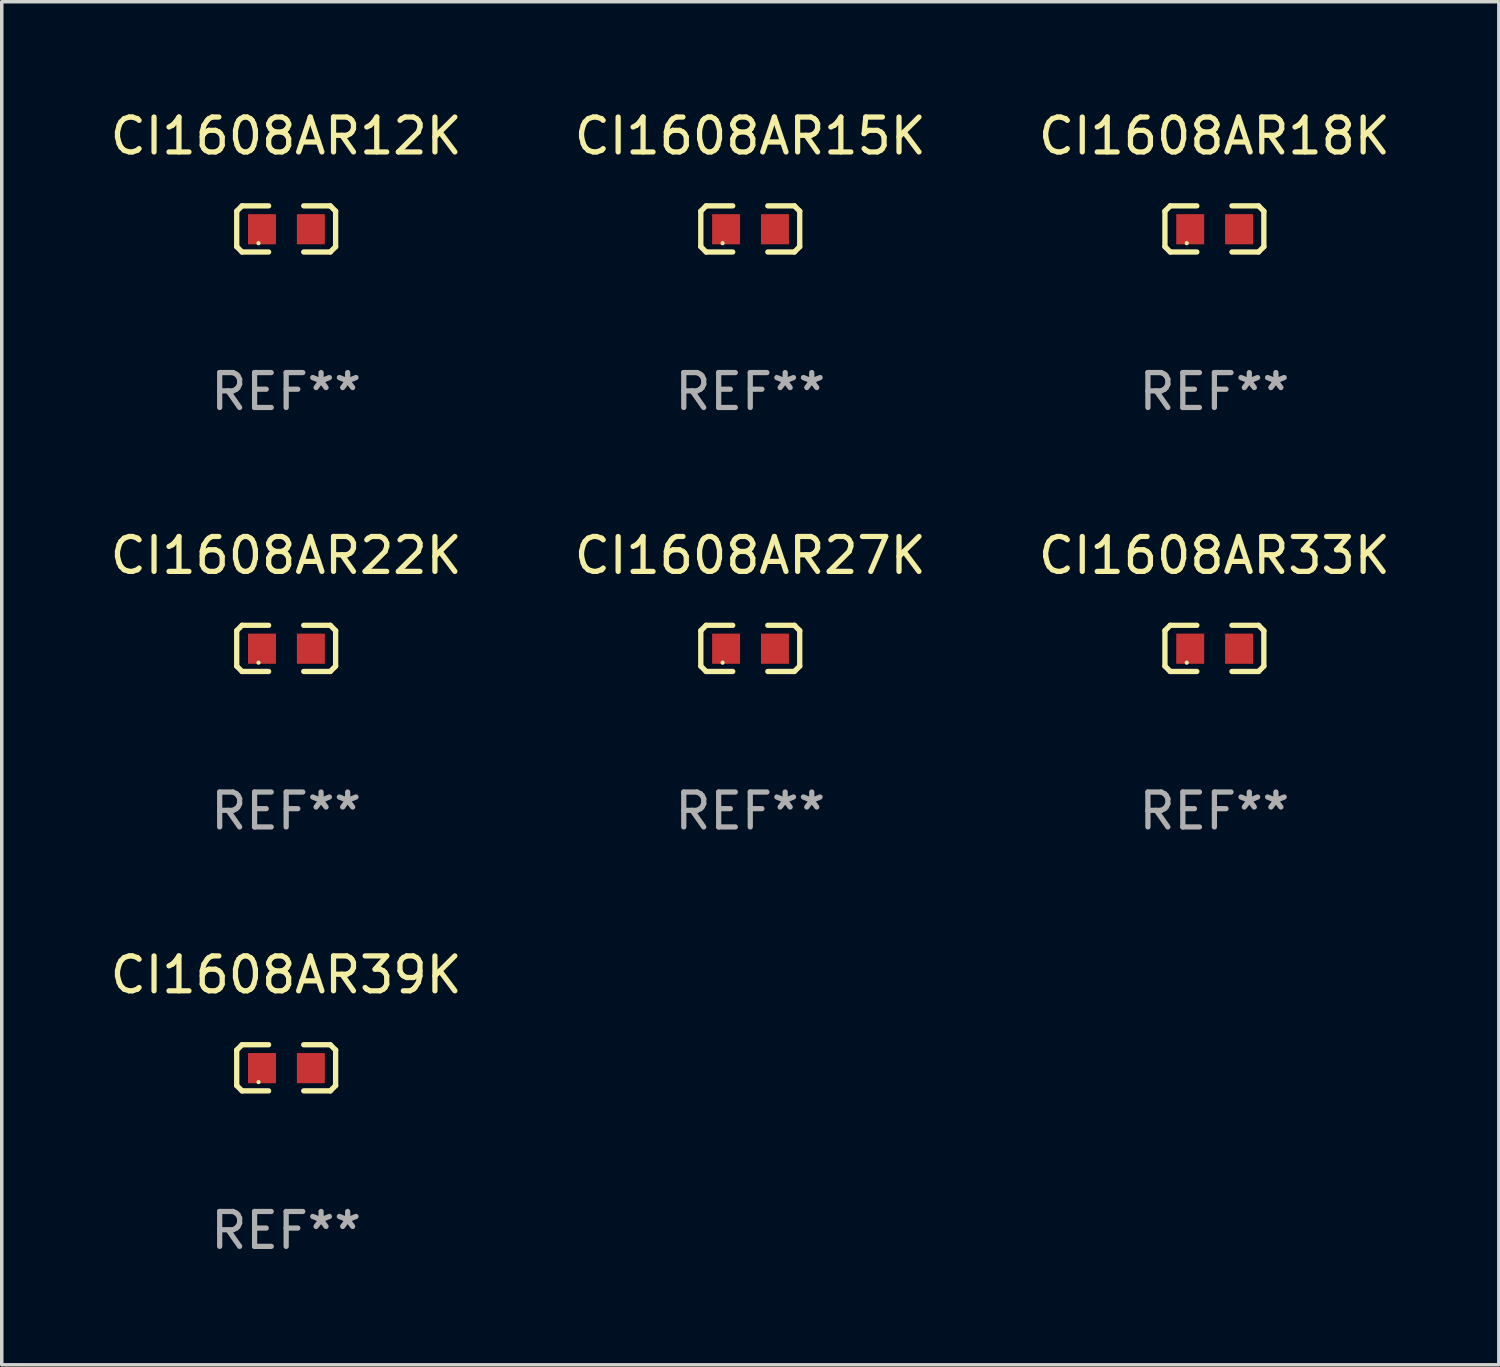
<source format=kicad_pcb>
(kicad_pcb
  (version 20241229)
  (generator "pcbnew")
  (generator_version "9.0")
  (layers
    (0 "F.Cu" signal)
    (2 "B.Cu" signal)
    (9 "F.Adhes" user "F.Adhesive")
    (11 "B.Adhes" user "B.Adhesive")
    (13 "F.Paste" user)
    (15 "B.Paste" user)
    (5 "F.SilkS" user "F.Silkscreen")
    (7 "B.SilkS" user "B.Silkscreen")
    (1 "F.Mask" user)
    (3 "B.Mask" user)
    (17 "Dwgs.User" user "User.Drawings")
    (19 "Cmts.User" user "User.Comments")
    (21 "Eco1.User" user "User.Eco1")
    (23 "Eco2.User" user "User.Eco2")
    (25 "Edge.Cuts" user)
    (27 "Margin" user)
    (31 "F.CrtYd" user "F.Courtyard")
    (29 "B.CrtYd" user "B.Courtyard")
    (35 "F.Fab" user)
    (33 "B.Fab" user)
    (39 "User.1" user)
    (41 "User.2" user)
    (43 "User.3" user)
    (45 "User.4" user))
  (footprint "CI1608AR18K"
    (layer "F.Cu")
    (at 31.744 3.509)
    (property "Reference" "CI1608AR18K" (at 0 -2.661 0) (layer "F.SilkS") (effects (font (size 1 1) (thickness 0.15))))
    (attr through_hole)
    (fp_line (start -1.417 -0.508) (end -1.265 -0.661) (stroke (width 0.152) (type solid)) (layer "F.SilkS"))
    (fp_line (start -1.417 0.508) (end -1.417 -0.508) (stroke (width 0.152) (type solid)) (layer "F.SilkS"))
    (fp_line (start -1.265 -0.661) (end -0.503 -0.661) (stroke (width 0.152) (type solid)) (layer "F.SilkS"))
    (fp_line (start -1.265 0.661) (end -1.417 0.508) (stroke (width 0.152) (type solid)) (layer "F.SilkS"))
    (fp_line (start -1.265 0.661) (end -0.503 0.661) (stroke (width 0.152) (type solid)) (layer "F.SilkS"))
    (fp_line (start 1.265 -0.661) (end 0.503 -0.661) (stroke (width 0.152) (type solid)) (layer "F.SilkS"))
    (fp_line (start 1.265 -0.661) (end 1.417 -0.508) (stroke (width 0.152) (type solid)) (layer "F.SilkS"))
    (fp_line (start 1.265 0.661) (end 0.503 0.661) (stroke (width 0.152) (type solid)) (layer "F.SilkS"))
    (fp_line (start 1.417 -0.508) (end 1.417 0.508) (stroke (width 0.152) (type solid)) (layer "F.SilkS"))
    (fp_line (start 1.417 0.508) (end 1.265 0.661) (stroke (width 0.152) (type solid)) (layer "F.SilkS"))
    (fp_circle (center -0.793 0.409) (end -0.763 0.409) (stroke (width 0.06) (type solid)) (fill no) (layer "F.SilkS"))
    (fp_text user "REF**" (at 0 4.661 0) (layer "F.Fab") (effects (font (size 1 1) (thickness 0.15))))
    (pad "1" smd rect (at -0.693 0.009 180) (size 0.8 0.864) (layers "F.Cu" "F.Mask" "F.Paste"))
    (pad "2" smd rect (at 0.707 0.009 180) (size 0.8 0.864) (layers "F.Cu" "F.Mask" "F.Paste")))
  (footprint "CI1608AR12K"
    (layer "F.Cu")
    (at 5.149 3.509)
    (property "Reference" "CI1608AR12K" (at 0 -2.661 0) (layer "F.SilkS") (effects (font (size 1 1) (thickness 0.15))))
    (attr through_hole)
    (fp_line (start -1.417 -0.508) (end -1.265 -0.661) (stroke (width 0.152) (type solid)) (layer "F.SilkS"))
    (fp_line (start -1.417 0.508) (end -1.417 -0.508) (stroke (width 0.152) (type solid)) (layer "F.SilkS"))
    (fp_line (start -1.265 -0.661) (end -0.503 -0.661) (stroke (width 0.152) (type solid)) (layer "F.SilkS"))
    (fp_line (start -1.265 0.661) (end -1.417 0.508) (stroke (width 0.152) (type solid)) (layer "F.SilkS"))
    (fp_line (start -1.265 0.661) (end -0.503 0.661) (stroke (width 0.152) (type solid)) (layer "F.SilkS"))
    (fp_line (start 1.265 -0.661) (end 0.503 -0.661) (stroke (width 0.152) (type solid)) (layer "F.SilkS"))
    (fp_line (start 1.265 -0.661) (end 1.417 -0.508) (stroke (width 0.152) (type solid)) (layer "F.SilkS"))
    (fp_line (start 1.265 0.661) (end 0.503 0.661) (stroke (width 0.152) (type solid)) (layer "F.SilkS"))
    (fp_line (start 1.417 -0.508) (end 1.417 0.508) (stroke (width 0.152) (type solid)) (layer "F.SilkS"))
    (fp_line (start 1.417 0.508) (end 1.265 0.661) (stroke (width 0.152) (type solid)) (layer "F.SilkS"))
    (fp_circle (center -0.793 0.409) (end -0.763 0.409) (stroke (width 0.06) (type solid)) (fill no) (layer "F.SilkS"))
    (fp_text user "REF**" (at 0 4.661 0) (layer "F.Fab") (effects (font (size 1 1) (thickness 0.15))))
    (pad "1" smd rect (at -0.693 0.009 180) (size 0.8 0.864) (layers "F.Cu" "F.Mask" "F.Paste"))
    (pad "2" smd rect (at 0.707 0.009 180) (size 0.8 0.864) (layers "F.Cu" "F.Mask" "F.Paste")))
  (footprint "CI1608AR22K"
    (layer "F.Cu")
    (at 5.149 15.527)
    (property "Reference" "CI1608AR22K" (at 0 -2.661 0) (layer "F.SilkS") (effects (font (size 1 1) (thickness 0.15))))
    (attr through_hole)
    (fp_line (start -1.417 -0.508) (end -1.265 -0.661) (stroke (width 0.152) (type solid)) (layer "F.SilkS"))
    (fp_line (start -1.417 0.508) (end -1.417 -0.508) (stroke (width 0.152) (type solid)) (layer "F.SilkS"))
    (fp_line (start -1.265 -0.661) (end -0.503 -0.661) (stroke (width 0.152) (type solid)) (layer "F.SilkS"))
    (fp_line (start -1.265 0.661) (end -1.417 0.508) (stroke (width 0.152) (type solid)) (layer "F.SilkS"))
    (fp_line (start -1.265 0.661) (end -0.503 0.661) (stroke (width 0.152) (type solid)) (layer "F.SilkS"))
    (fp_line (start 1.265 -0.661) (end 0.503 -0.661) (stroke (width 0.152) (type solid)) (layer "F.SilkS"))
    (fp_line (start 1.265 -0.661) (end 1.417 -0.508) (stroke (width 0.152) (type solid)) (layer "F.SilkS"))
    (fp_line (start 1.265 0.661) (end 0.503 0.661) (stroke (width 0.152) (type solid)) (layer "F.SilkS"))
    (fp_line (start 1.417 -0.508) (end 1.417 0.508) (stroke (width 0.152) (type solid)) (layer "F.SilkS"))
    (fp_line (start 1.417 0.508) (end 1.265 0.661) (stroke (width 0.152) (type solid)) (layer "F.SilkS"))
    (fp_circle (center -0.793 0.409) (end -0.763 0.409) (stroke (width 0.06) (type solid)) (fill no) (layer "F.SilkS"))
    (fp_text user "REF**" (at 0 4.661 0) (layer "F.Fab") (effects (font (size 1 1) (thickness 0.15))))
    (pad "1" smd rect (at -0.693 0.009 180) (size 0.8 0.864) (layers "F.Cu" "F.Mask" "F.Paste"))
    (pad "2" smd rect (at 0.707 0.009 180) (size 0.8 0.864) (layers "F.Cu" "F.Mask" "F.Paste")))
  (footprint "CI1608AR39K"
    (layer "F.Cu")
    (at 5.149 27.544)
    (property "Reference" "CI1608AR39K" (at 0 -2.661 0) (layer "F.SilkS") (effects (font (size 1 1) (thickness 0.15))))
    (attr through_hole)
    (fp_line (start -1.417 -0.508) (end -1.265 -0.661) (stroke (width 0.152) (type solid)) (layer "F.SilkS"))
    (fp_line (start -1.417 0.508) (end -1.417 -0.508) (stroke (width 0.152) (type solid)) (layer "F.SilkS"))
    (fp_line (start -1.265 -0.661) (end -0.503 -0.661) (stroke (width 0.152) (type solid)) (layer "F.SilkS"))
    (fp_line (start -1.265 0.661) (end -1.417 0.508) (stroke (width 0.152) (type solid)) (layer "F.SilkS"))
    (fp_line (start -1.265 0.661) (end -0.503 0.661) (stroke (width 0.152) (type solid)) (layer "F.SilkS"))
    (fp_line (start 1.265 -0.661) (end 0.503 -0.661) (stroke (width 0.152) (type solid)) (layer "F.SilkS"))
    (fp_line (start 1.265 -0.661) (end 1.417 -0.508) (stroke (width 0.152) (type solid)) (layer "F.SilkS"))
    (fp_line (start 1.265 0.661) (end 0.503 0.661) (stroke (width 0.152) (type solid)) (layer "F.SilkS"))
    (fp_line (start 1.417 -0.508) (end 1.417 0.508) (stroke (width 0.152) (type solid)) (layer "F.SilkS"))
    (fp_line (start 1.417 0.508) (end 1.265 0.661) (stroke (width 0.152) (type solid)) (layer "F.SilkS"))
    (fp_circle (center -0.793 0.409) (end -0.763 0.409) (stroke (width 0.06) (type solid)) (fill no) (layer "F.SilkS"))
    (fp_text user "REF**" (at 0 4.661 0) (layer "F.Fab") (effects (font (size 1 1) (thickness 0.15))))
    (pad "1" smd rect (at -0.693 0.009 180) (size 0.8 0.864) (layers "F.Cu" "F.Mask" "F.Paste"))
    (pad "2" smd rect (at 0.707 0.009 180) (size 0.8 0.864) (layers "F.Cu" "F.Mask" "F.Paste")))
  (footprint "CI1608AR15K"
    (layer "F.Cu")
    (at 18.446 3.509)
    (property "Reference" "CI1608AR15K" (at 0 -2.661 0) (layer "F.SilkS") (effects (font (size 1 1) (thickness 0.15))))
    (attr through_hole)
    (fp_line (start -1.417 -0.508) (end -1.265 -0.661) (stroke (width 0.152) (type solid)) (layer "F.SilkS"))
    (fp_line (start -1.417 0.508) (end -1.417 -0.508) (stroke (width 0.152) (type solid)) (layer "F.SilkS"))
    (fp_line (start -1.265 -0.661) (end -0.503 -0.661) (stroke (width 0.152) (type solid)) (layer "F.SilkS"))
    (fp_line (start -1.265 0.661) (end -1.417 0.508) (stroke (width 0.152) (type solid)) (layer "F.SilkS"))
    (fp_line (start -1.265 0.661) (end -0.503 0.661) (stroke (width 0.152) (type solid)) (layer "F.SilkS"))
    (fp_line (start 1.265 -0.661) (end 0.503 -0.661) (stroke (width 0.152) (type solid)) (layer "F.SilkS"))
    (fp_line (start 1.265 -0.661) (end 1.417 -0.508) (stroke (width 0.152) (type solid)) (layer "F.SilkS"))
    (fp_line (start 1.265 0.661) (end 0.503 0.661) (stroke (width 0.152) (type solid)) (layer "F.SilkS"))
    (fp_line (start 1.417 -0.508) (end 1.417 0.508) (stroke (width 0.152) (type solid)) (layer "F.SilkS"))
    (fp_line (start 1.417 0.508) (end 1.265 0.661) (stroke (width 0.152) (type solid)) (layer "F.SilkS"))
    (fp_circle (center -0.793 0.409) (end -0.763 0.409) (stroke (width 0.06) (type solid)) (fill no) (layer "F.SilkS"))
    (fp_text user "REF**" (at 0 4.661 0) (layer "F.Fab") (effects (font (size 1 1) (thickness 0.15))))
    (pad "1" smd rect (at -0.693 0.009 180) (size 0.8 0.864) (layers "F.Cu" "F.Mask" "F.Paste"))
    (pad "2" smd rect (at 0.707 0.009 180) (size 0.8 0.864) (layers "F.Cu" "F.Mask" "F.Paste")))
  (footprint "CI1608AR27K"
    (layer "F.Cu")
    (at 18.446 15.527)
    (property "Reference" "CI1608AR27K" (at 0 -2.661 0) (layer "F.SilkS") (effects (font (size 1 1) (thickness 0.15))))
    (attr through_hole)
    (fp_line (start -1.417 -0.508) (end -1.265 -0.661) (stroke (width 0.152) (type solid)) (layer "F.SilkS"))
    (fp_line (start -1.417 0.508) (end -1.417 -0.508) (stroke (width 0.152) (type solid)) (layer "F.SilkS"))
    (fp_line (start -1.265 -0.661) (end -0.503 -0.661) (stroke (width 0.152) (type solid)) (layer "F.SilkS"))
    (fp_line (start -1.265 0.661) (end -1.417 0.508) (stroke (width 0.152) (type solid)) (layer "F.SilkS"))
    (fp_line (start -1.265 0.661) (end -0.503 0.661) (stroke (width 0.152) (type solid)) (layer "F.SilkS"))
    (fp_line (start 1.265 -0.661) (end 0.503 -0.661) (stroke (width 0.152) (type solid)) (layer "F.SilkS"))
    (fp_line (start 1.265 -0.661) (end 1.417 -0.508) (stroke (width 0.152) (type solid)) (layer "F.SilkS"))
    (fp_line (start 1.265 0.661) (end 0.503 0.661) (stroke (width 0.152) (type solid)) (layer "F.SilkS"))
    (fp_line (start 1.417 -0.508) (end 1.417 0.508) (stroke (width 0.152) (type solid)) (layer "F.SilkS"))
    (fp_line (start 1.417 0.508) (end 1.265 0.661) (stroke (width 0.152) (type solid)) (layer "F.SilkS"))
    (fp_circle (center -0.793 0.409) (end -0.763 0.409) (stroke (width 0.06) (type solid)) (fill no) (layer "F.SilkS"))
    (fp_text user "REF**" (at 0 4.661 0) (layer "F.Fab") (effects (font (size 1 1) (thickness 0.15))))
    (pad "1" smd rect (at -0.693 0.009 180) (size 0.8 0.864) (layers "F.Cu" "F.Mask" "F.Paste"))
    (pad "2" smd rect (at 0.707 0.009 180) (size 0.8 0.864) (layers "F.Cu" "F.Mask" "F.Paste")))
  (footprint "CI1608AR33K"
    (layer "F.Cu")
    (at 31.744 15.527)
    (property "Reference" "CI1608AR33K" (at 0 -2.661 0) (layer "F.SilkS") (effects (font (size 1 1) (thickness 0.15))))
    (attr through_hole)
    (fp_line (start -1.417 -0.508) (end -1.265 -0.661) (stroke (width 0.152) (type solid)) (layer "F.SilkS"))
    (fp_line (start -1.417 0.508) (end -1.417 -0.508) (stroke (width 0.152) (type solid)) (layer "F.SilkS"))
    (fp_line (start -1.265 -0.661) (end -0.503 -0.661) (stroke (width 0.152) (type solid)) (layer "F.SilkS"))
    (fp_line (start -1.265 0.661) (end -1.417 0.508) (stroke (width 0.152) (type solid)) (layer "F.SilkS"))
    (fp_line (start -1.265 0.661) (end -0.503 0.661) (stroke (width 0.152) (type solid)) (layer "F.SilkS"))
    (fp_line (start 1.265 -0.661) (end 0.503 -0.661) (stroke (width 0.152) (type solid)) (layer "F.SilkS"))
    (fp_line (start 1.265 -0.661) (end 1.417 -0.508) (stroke (width 0.152) (type solid)) (layer "F.SilkS"))
    (fp_line (start 1.265 0.661) (end 0.503 0.661) (stroke (width 0.152) (type solid)) (layer "F.SilkS"))
    (fp_line (start 1.417 -0.508) (end 1.417 0.508) (stroke (width 0.152) (type solid)) (layer "F.SilkS"))
    (fp_line (start 1.417 0.508) (end 1.265 0.661) (stroke (width 0.152) (type solid)) (layer "F.SilkS"))
    (fp_circle (center -0.793 0.409) (end -0.763 0.409) (stroke (width 0.06) (type solid)) (fill no) (layer "F.SilkS"))
    (fp_text user "REF**" (at 0 4.661 0) (layer "F.Fab") (effects (font (size 1 1) (thickness 0.15))))
    (pad "1" smd rect (at -0.693 0.009 180) (size 0.8 0.864) (layers "F.Cu" "F.Mask" "F.Paste"))
    (pad "2" smd rect (at 0.707 0.009 180) (size 0.8 0.864) (layers "F.Cu" "F.Mask" "F.Paste")))
  (gr_rect
    (start -3 -3)
    (end 39.893 36.053)
    (stroke (width 0.1) (type default))
    (fill no)
    (layer "Edge.Cuts")))
</source>
